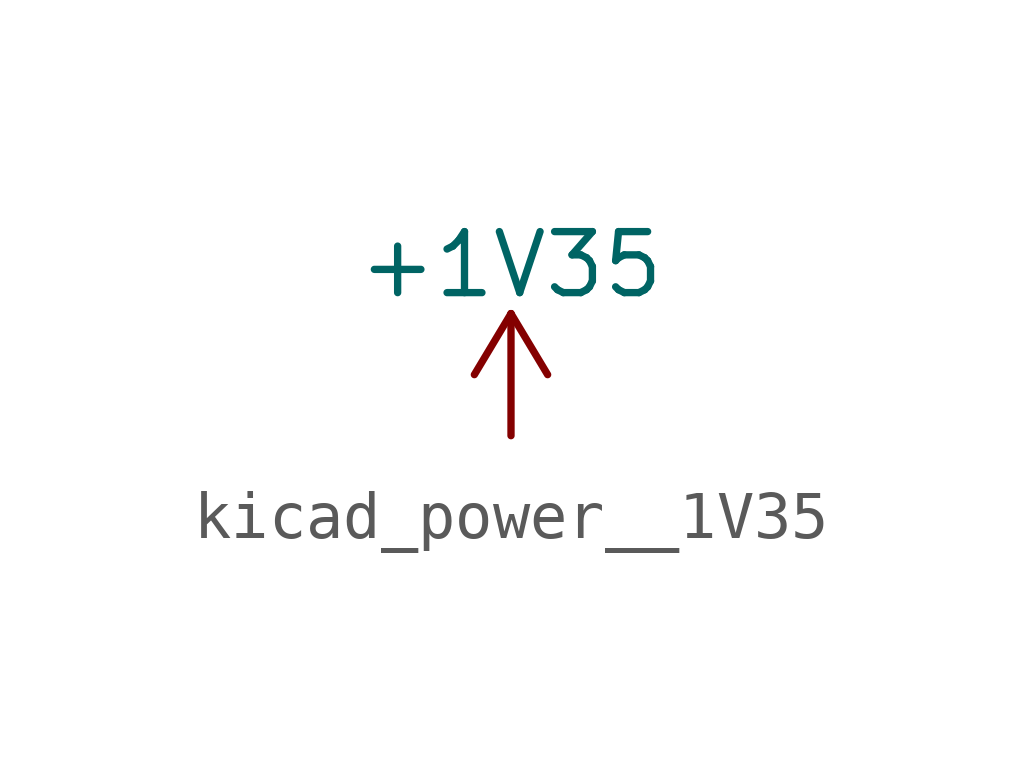
<source format=kicad_sym>
(kicad_symbol_lib
  (version 20220914)
  (generator kicad_symbol_editor)
  (symbol "kicad_power__1V35"
    (power)
    (pin_names
      (offset 0))
    (property "Reference" "#PWR"
      (at 0 -3.81 0)
      (effects (font (size 1.27 1.27)) hide))
    (property "Value" "+1V35"
      (at 0 3.556 0)
      (effects (font (size 1.27 1.27))))
    (symbol "kicad_power__1V35_0_1"
      (polyline (pts (xy -0.762 1.27) (xy 0 2.54)) (stroke (width 0) (type default)) (fill (type none)))
      (polyline (pts (xy 0 0) (xy 0 2.54)) (stroke (width 0) (type default)) (fill (type none)))
      (polyline (pts (xy 0 2.54) (xy 0.762 1.27)) (stroke (width 0) (type default)) (fill (type none))))
    (symbol "kicad_power__1V35_1_1"
      (pin power_in line (at 0 0 90) (length 0) hide (name "+1V35" (effects (font (size 1.27 1.27)))) (number "1" (effects (font (size 1.27 1.27))))))))
</source>
